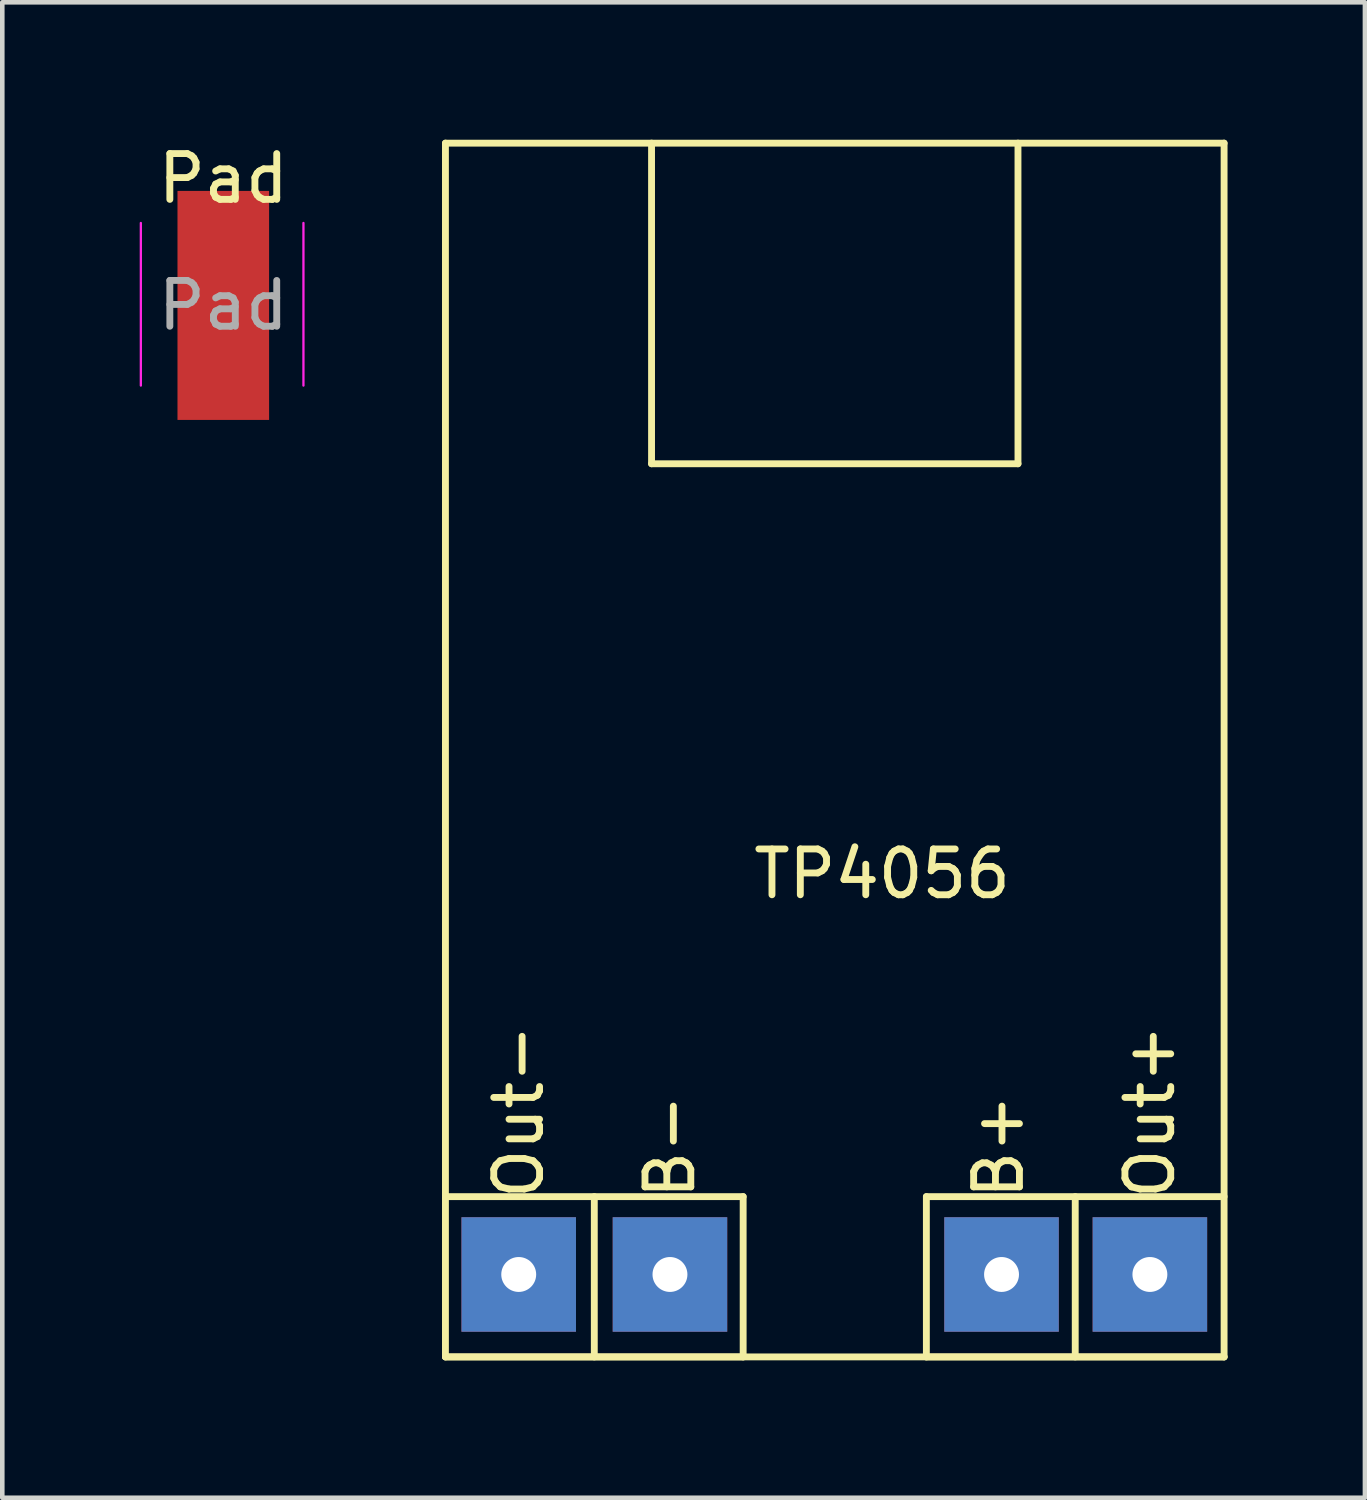
<source format=kicad_pcb>
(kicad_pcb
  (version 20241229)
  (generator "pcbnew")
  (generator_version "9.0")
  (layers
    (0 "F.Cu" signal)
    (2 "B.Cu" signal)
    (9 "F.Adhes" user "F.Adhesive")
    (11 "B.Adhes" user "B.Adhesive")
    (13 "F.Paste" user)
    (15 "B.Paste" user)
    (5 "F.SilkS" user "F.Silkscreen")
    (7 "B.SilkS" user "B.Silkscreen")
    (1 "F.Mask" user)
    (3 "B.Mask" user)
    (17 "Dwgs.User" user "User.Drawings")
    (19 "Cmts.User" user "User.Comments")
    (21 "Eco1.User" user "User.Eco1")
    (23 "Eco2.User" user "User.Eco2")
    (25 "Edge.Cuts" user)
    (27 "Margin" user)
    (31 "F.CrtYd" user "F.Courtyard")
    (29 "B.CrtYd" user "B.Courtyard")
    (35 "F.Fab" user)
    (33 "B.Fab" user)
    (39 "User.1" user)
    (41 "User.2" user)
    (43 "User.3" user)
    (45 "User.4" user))
  (footprint "Pad"
    (layer "F.Cu")
    (at 1.825 3.618)
    (property "Reference" "Pad" (at 0 -2.77 0) (layer "F.SilkS") (effects (font (size 1 1) (thickness 0.15))))
    (attr through_hole)
    (fp_line (start -1.8 1.75) (end -1.8 -1.8) (stroke (width 0.05) (type solid)) (layer "F.CrtYd"))
    (fp_line (start 1.75 -1.8) (end 1.75 1.75) (stroke (width 0.05) (type solid)) (layer "F.CrtYd"))
    (fp_text user "${REFERENCE}" (at 0 0 0) (layer "F.Fab") (effects (font (size 1 1) (thickness 0.15))))
    (pad "" connect rect (at 0 0) (size 2 5) (layers "F.Cu" "F.Mask")))
  (footprint "TP4056"
    (layer "F.Cu")
    (at 8.275 24.775)
    (property "Reference" "TP4056" (at 7.934 -8.745 0) (layer "F.SilkS") (effects (font (size 1 1) (thickness 0.15))))
    (attr through_hole)
    (fp_line (start -1.6 -24.7) (end -1.6 1.8) (stroke (width 0.15) (type solid)) (layer "F.SilkS"))
    (fp_line (start -1.6 1.8) (end 4.9 1.8) (stroke (width 0.15) (type solid)) (layer "F.SilkS"))
    (fp_line (start -1.6 1.8) (end 15.4 1.8) (stroke (width 0.15) (type solid)) (layer "F.SilkS"))
    (fp_line (start 1.65 -1.7) (end 1.65 1.8) (stroke (width 0.15) (type solid)) (layer "F.SilkS"))
    (fp_line (start 2.9 -24.7) (end 2.9 -17.7) (stroke (width 0.15) (type solid)) (layer "F.SilkS"))
    (fp_line (start 2.9 -17.7) (end 10.9 -17.7) (stroke (width 0.15) (type solid)) (layer "F.SilkS"))
    (fp_line (start 4.9 -1.7) (end -1.6 -1.7) (stroke (width 0.15) (type solid)) (layer "F.SilkS"))
    (fp_line (start 4.9 1.8) (end 4.9 -1.7) (stroke (width 0.15) (type solid)) (layer "F.SilkS"))
    (fp_line (start 8.9 -1.7) (end 15.4 -1.7) (stroke (width 0.15) (type solid)) (layer "F.SilkS"))
    (fp_line (start 8.9 1.8) (end 8.9 -1.7) (stroke (width 0.15) (type solid)) (layer "F.SilkS"))
    (fp_line (start 10.9 -17.7) (end 10.9 -24.7) (stroke (width 0.15) (type solid)) (layer "F.SilkS"))
    (fp_line (start 12.15 1.8) (end 12.15 -1.7) (stroke (width 0.15) (type solid)) (layer "F.SilkS"))
    (fp_line (start 15.4 -24.7) (end -1.6 -24.7) (stroke (width 0.15) (type solid)) (layer "F.SilkS"))
    (fp_line (start 15.4 1.8) (end 8.9 1.8) (stroke (width 0.15) (type solid)) (layer "F.SilkS"))
    (fp_line (start 15.4 1.8) (end 15.4 -24.7) (stroke (width 0.15) (type solid)) (layer "F.SilkS"))
    (fp_text user "B-" (at 3.302 -2.794 90) (layer "F.SilkS") (effects (font (size 1 1) (thickness 0.15))))
    (fp_text user "B+" (at 10.477 -2.794 90) (layer "F.SilkS") (effects (font (size 1 1) (thickness 0.15))))
    (fp_text user "Out-" (at 0 -3.556 90) (layer "F.SilkS") (effects (font (size 1 1) (thickness 0.15))))
    (fp_text user "Out+" (at 13.78 -3.556 90) (layer "F.SilkS") (effects (font (size 1 1) (thickness 0.15))))
    (pad "1" thru_hole rect (at 10.541 0) (size 2.5 2.5) (drill 0.762) (layers "*.Cu" "*.Mask"))
    (pad "2" thru_hole rect (at 3.302 0) (size 2.5 2.5) (drill 0.762) (layers "*.Cu" "*.Mask"))
    (pad "3" thru_hole rect (at 13.78 0) (size 2.5 2.5) (drill 0.762) (layers "*.Cu" "*.Mask"))
    (pad "4" thru_hole rect (at 0 0) (size 2.5 2.5) (drill 0.762) (layers "*.Cu" "*.Mask")))
  (gr_rect
    (start -3 -3)
    (end 26.75 29.65)
    (stroke (width 0.1) (type default))
    (fill no)
    (layer "Edge.Cuts")))
</source>
